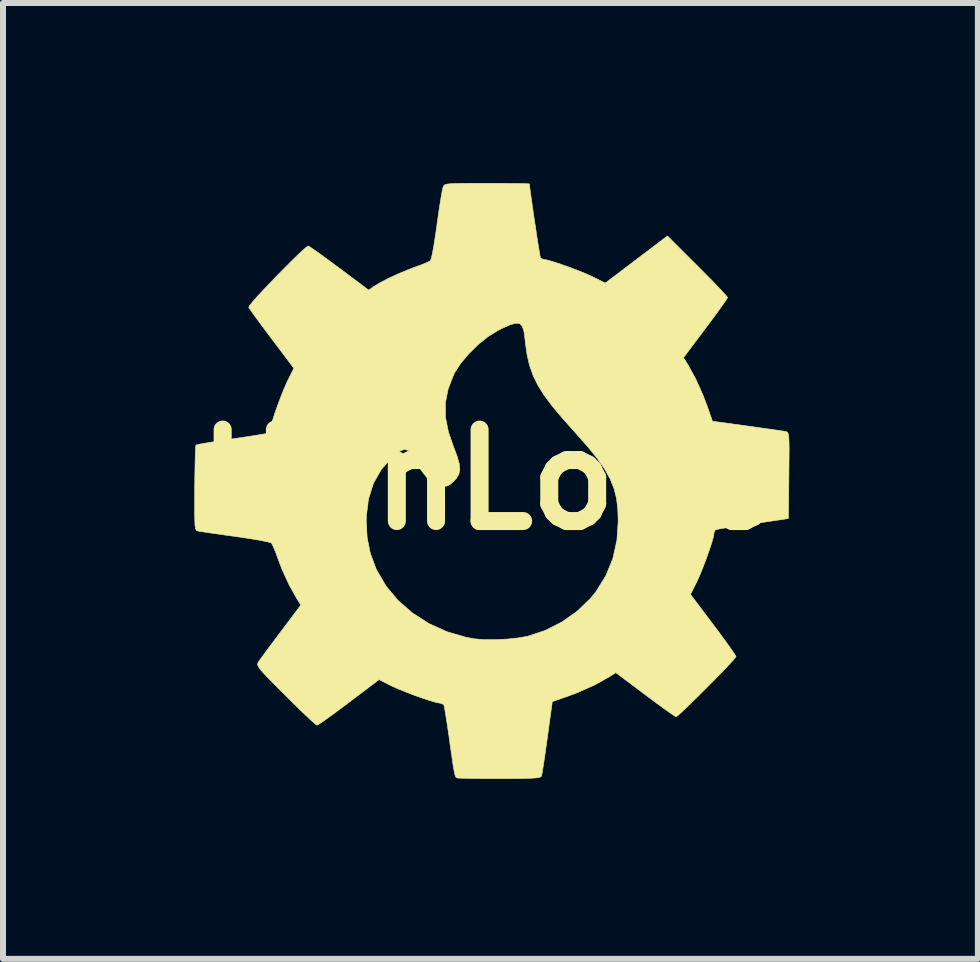
<source format=kicad_pcb>
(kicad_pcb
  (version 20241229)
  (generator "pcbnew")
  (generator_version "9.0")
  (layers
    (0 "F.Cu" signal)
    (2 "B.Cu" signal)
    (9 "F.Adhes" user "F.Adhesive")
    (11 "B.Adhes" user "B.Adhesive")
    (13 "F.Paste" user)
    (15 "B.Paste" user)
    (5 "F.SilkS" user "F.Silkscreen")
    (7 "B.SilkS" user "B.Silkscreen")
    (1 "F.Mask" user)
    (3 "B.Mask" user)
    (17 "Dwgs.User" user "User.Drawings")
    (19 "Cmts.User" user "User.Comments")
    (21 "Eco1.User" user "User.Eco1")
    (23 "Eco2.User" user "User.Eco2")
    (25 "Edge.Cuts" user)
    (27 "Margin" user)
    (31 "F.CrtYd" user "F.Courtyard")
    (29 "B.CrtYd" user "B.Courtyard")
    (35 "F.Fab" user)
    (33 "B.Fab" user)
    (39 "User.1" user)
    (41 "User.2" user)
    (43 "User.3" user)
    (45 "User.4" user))
  (footprint "HenLogo"
    (layer "F.Cu")
    (at 5.124 4.944)
    (property "Reference" "HenLogo" (at 0 0 0) (layer "F.SilkS") (effects (font (size 1.524 1.524) (thickness 0.3))))
    (attr through_hole)
    (fp_poly (pts (xy 0.136 -4.938) (xy 0.309 -4.937) (xy 0.454 -4.936) (xy 0.564 -4.933) (xy 0.631 -4.931) (xy 0.649 -4.928) (xy 0.653 -4.886) (xy 0.664 -4.8) (xy 0.681 -4.68) (xy 0.701 -4.536) (xy 0.724 -4.378) (xy 0.749 -4.216) (xy 0.772 -4.06) (xy 0.794 -3.92) (xy 0.813 -3.806) (xy 0.826 -3.728) (xy 0.833 -3.696) (xy 0.833 -3.696) (xy 0.873 -3.672) (xy 0.894 -3.669) (xy 0.952 -3.659) (xy 1.049 -3.631) (xy 1.173 -3.59) (xy 1.312 -3.541) (xy 1.453 -3.488) (xy 1.584 -3.435) (xy 1.692 -3.387) (xy 1.716 -3.375) (xy 1.913 -3.276) (xy 2.431 -3.669) (xy 2.949 -4.062) (xy 3.45 -3.562) (xy 3.587 -3.424) (xy 3.71 -3.299) (xy 3.813 -3.192) (xy 3.891 -3.108) (xy 3.939 -3.054) (xy 3.951 -3.036) (xy 3.935 -3.007) (xy 3.889 -2.94) (xy 3.819 -2.841) (xy 3.73 -2.719) (xy 3.626 -2.579) (xy 3.583 -2.522) (xy 3.216 -2.033) (xy 3.284 -1.926) (xy 3.421 -1.679) (xy 3.548 -1.394) (xy 3.611 -1.226) (xy 3.699 -0.974) (xy 4.284 -0.894) (xy 4.462 -0.869) (xy 4.624 -0.846) (xy 4.76 -0.827) (xy 4.862 -0.812) (xy 4.918 -0.802) (xy 4.925 -0.801) (xy 4.942 -0.795) (xy 4.955 -0.782) (xy 4.965 -0.755) (xy 4.971 -0.708) (xy 4.975 -0.633) (xy 4.977 -0.526) (xy 4.976 -0.378) (xy 4.974 -0.183) (xy 4.973 -0.07) (xy 4.965 0.647) (xy 4.874 0.662) (xy 4.817 0.67) (xy 4.716 0.685) (xy 4.58 0.705) (xy 4.421 0.728) (xy 4.278 0.749) (xy 4.115 0.772) (xy 3.971 0.795) (xy 3.856 0.813) (xy 3.779 0.828) (xy 3.749 0.835) (xy 3.728 0.873) (xy 3.725 0.894) (xy 3.715 0.952) (xy 3.688 1.049) (xy 3.647 1.173) (xy 3.598 1.312) (xy 3.545 1.452) (xy 3.492 1.583) (xy 3.444 1.691) (xy 3.432 1.715) (xy 3.333 1.912) (xy 3.713 2.416) (xy 3.823 2.563) (xy 3.92 2.696) (xy 4 2.807) (xy 4.058 2.891) (xy 4.089 2.94) (xy 4.092 2.949) (xy 4.073 2.976) (xy 4.02 3.036) (xy 3.94 3.122) (xy 3.839 3.227) (xy 3.724 3.344) (xy 3.602 3.467) (xy 3.48 3.589) (xy 3.363 3.704) (xy 3.26 3.804) (xy 3.176 3.883) (xy 3.118 3.934) (xy 3.093 3.951) (xy 3.064 3.935) (xy 2.997 3.889) (xy 2.899 3.82) (xy 2.777 3.731) (xy 2.637 3.627) (xy 2.579 3.584) (xy 2.089 3.216) (xy 1.982 3.284) (xy 1.737 3.421) (xy 1.454 3.547) (xy 1.283 3.611) (xy 1.03 3.699) (xy 0.948 4.298) (xy 0.923 4.477) (xy 0.9 4.639) (xy 0.879 4.775) (xy 0.863 4.875) (xy 0.852 4.932) (xy 0.85 4.939) (xy 0.837 4.953) (xy 0.807 4.963) (xy 0.753 4.971) (xy 0.669 4.976) (xy 0.548 4.979) (xy 0.384 4.981) (xy 0.169 4.981) (xy 0.168 4.981) (xy -0.022 4.981) (xy -0.195 4.98) (xy -0.343 4.978) (xy -0.456 4.976) (xy -0.526 4.974) (xy -0.544 4.972) (xy -0.56 4.969) (xy -0.573 4.962) (xy -0.584 4.943) (xy -0.595 4.908) (xy -0.607 4.849) (xy -0.622 4.759) (xy -0.641 4.631) (xy -0.666 4.46) (xy -0.691 4.28) (xy -0.715 4.117) (xy -0.737 3.973) (xy -0.756 3.858) (xy -0.77 3.78) (xy -0.778 3.751) (xy -0.817 3.728) (xy -0.838 3.725) (xy -0.895 3.715) (xy -0.992 3.687) (xy -1.117 3.647) (xy -1.256 3.598) (xy -1.397 3.544) (xy -1.527 3.492) (xy -1.635 3.444) (xy -1.66 3.432) (xy -1.857 3.332) (xy -2.359 3.712) (xy -2.506 3.822) (xy -2.639 3.92) (xy -2.75 4) (xy -2.834 4.058) (xy -2.883 4.089) (xy -2.892 4.092) (xy -2.919 4.073) (xy -2.98 4.019) (xy -3.07 3.936) (xy -3.182 3.828) (xy -3.31 3.703) (xy -3.415 3.598) (xy -3.568 3.445) (xy -3.685 3.326) (xy -3.77 3.237) (xy -3.828 3.172) (xy -3.863 3.125) (xy -3.879 3.092) (xy -3.881 3.068) (xy -3.872 3.046) (xy -3.869 3.041) (xy -3.84 2.999) (xy -3.783 2.921) (xy -3.704 2.813) (xy -3.608 2.685) (xy -3.503 2.545) (xy -3.494 2.533) (xy -3.16 2.089) (xy -3.228 1.982) (xy -3.356 1.753) (xy -3.474 1.494) (xy -3.543 1.312) (xy -3.582 1.205) (xy -3.619 1.117) (xy -3.646 1.063) (xy -3.652 1.055) (xy -3.688 1.042) (xy -3.772 1.024) (xy -3.893 1.001) (xy -4.044 0.977) (xy -4.214 0.952) (xy -4.247 0.947) (xy -4.423 0.923) (xy -4.583 0.9) (xy -4.716 0.881) (xy -4.815 0.866) (xy -4.868 0.857) (xy -4.872 0.856) (xy -4.891 0.85) (xy -4.905 0.839) (xy -4.915 0.814) (xy -4.923 0.77) (xy -4.927 0.7) (xy -4.927 0.691) (xy -2.071 0.691) (xy -2.055 0.97) (xy -2.004 1.223) (xy -1.913 1.47) (xy -1.894 1.51) (xy -1.739 1.775) (xy -1.538 2.015) (xy -1.297 2.224) (xy -1.022 2.4) (xy -0.72 2.536) (xy -0.398 2.629) (xy -0.268 2.652) (xy -0.113 2.666) (xy 0.076 2.667) (xy 0.276 2.657) (xy 0.466 2.637) (xy 0.614 2.611) (xy 0.91 2.514) (xy 1.192 2.371) (xy 1.449 2.189) (xy 1.67 1.975) (xy 1.757 1.868) (xy 1.923 1.601) (xy 2.039 1.317) (xy 2.107 1.011) (xy 2.129 0.691) (xy 2.122 0.492) (xy 2.101 0.314) (xy 2.059 0.147) (xy 1.994 -0.014) (xy 1.902 -0.179) (xy 1.778 -0.356) (xy 1.619 -0.552) (xy 1.421 -0.776) (xy 1.403 -0.796) (xy 1.197 -1.027) (xy 1.028 -1.228) (xy 0.894 -1.408) (xy 0.79 -1.574) (xy 0.711 -1.735) (xy 0.653 -1.898) (xy 0.612 -2.072) (xy 0.584 -2.263) (xy 0.576 -2.337) (xy 0.559 -2.467) (xy 0.532 -2.554) (xy 0.489 -2.601) (xy 0.421 -2.608) (xy 0.323 -2.58) (xy 0.186 -2.518) (xy 0.127 -2.488) (xy -0.037 -2.387) (xy -0.205 -2.252) (xy -0.363 -2.097) (xy -0.499 -1.934) (xy -0.6 -1.779) (xy -0.614 -1.75) (xy -0.706 -1.51) (xy -0.752 -1.277) (xy -0.75 -1.041) (xy -0.701 -0.793) (xy -0.62 -0.56) (xy -0.557 -0.393) (xy -0.521 -0.266) (xy -0.511 -0.169) (xy -0.527 -0.091) (xy -0.569 -0.021) (xy -0.608 0.021) (xy -0.673 0.08) (xy -0.726 0.107) (xy -0.791 0.108) (xy -0.824 0.104) (xy -0.94 0.065) (xy -1.051 -0.023) (xy -1.159 -0.163) (xy -1.239 -0.302) (xy -1.309 -0.421) (xy -1.371 -0.488) (xy -1.436 -0.505) (xy -1.514 -0.474) (xy -1.613 -0.396) (xy -1.642 -0.37) (xy -1.819 -0.171) (xy -1.95 0.059) (xy -2.033 0.321) (xy -2.069 0.612) (xy -2.071 0.691) (xy -4.927 0.691) (xy -4.929 0.597) (xy -4.93 0.454) (xy -4.929 0.265) (xy -4.929 0.141) (xy -4.927 -0.052) (xy -4.924 -0.226) (xy -4.92 -0.374) (xy -4.916 -0.487) (xy -4.911 -0.557) (xy -4.908 -0.577) (xy -4.876 -0.586) (xy -4.797 -0.601) (xy -4.678 -0.621) (xy -4.53 -0.645) (xy -4.359 -0.671) (xy -4.304 -0.679) (xy -4.128 -0.705) (xy -3.971 -0.729) (xy -3.841 -0.75) (xy -3.747 -0.766) (xy -3.698 -0.777) (xy -3.693 -0.778) (xy -3.671 -0.817) (xy -3.669 -0.838) (xy -3.659 -0.895) (xy -3.631 -0.992) (xy -3.59 -1.117) (xy -3.541 -1.255) (xy -3.488 -1.396) (xy -3.435 -1.527) (xy -3.387 -1.635) (xy -3.375 -1.66) (xy -3.276 -1.857) (xy -3.645 -2.346) (xy -3.755 -2.492) (xy -3.852 -2.624) (xy -3.934 -2.735) (xy -3.993 -2.819) (xy -4.025 -2.867) (xy -4.029 -2.874) (xy -4.014 -2.902) (xy -3.964 -2.963) (xy -3.888 -3.05) (xy -3.79 -3.156) (xy -3.678 -3.274) (xy -3.558 -3.399) (xy -3.437 -3.522) (xy -3.32 -3.639) (xy -3.216 -3.741) (xy -3.13 -3.822) (xy -3.068 -3.875) (xy -3.038 -3.895) (xy -3.009 -3.878) (xy -2.942 -3.833) (xy -2.843 -3.763) (xy -2.721 -3.674) (xy -2.581 -3.571) (xy -2.521 -3.527) (xy -2.03 -3.159) (xy -1.953 -3.213) (xy -1.847 -3.278) (xy -1.704 -3.353) (xy -1.54 -3.429) (xy -1.373 -3.499) (xy -1.256 -3.543) (xy -1.148 -3.582) (xy -1.06 -3.619) (xy -1.006 -3.646) (xy -0.999 -3.652) (xy -0.986 -3.688) (xy -0.967 -3.772) (xy -0.945 -3.893) (xy -0.921 -4.044) (xy -0.896 -4.215) (xy -0.892 -4.247) (xy -0.867 -4.423) (xy -0.843 -4.584) (xy -0.821 -4.718) (xy -0.803 -4.817) (xy -0.791 -4.872) (xy -0.789 -4.875) (xy -0.78 -4.895) (xy -0.766 -4.91) (xy -0.741 -4.921) (xy -0.698 -4.929) (xy -0.629 -4.934) (xy -0.529 -4.937) (xy -0.39 -4.938) (xy -0.206 -4.939) (xy -0.057 -4.939) (xy 0.136 -4.938)) (stroke (width 0.01) (type solid)) (fill yes) (layer "F.SilkS")))
  (gr_rect
    (start -3 -3)
    (end 13.247 12.93)
    (stroke (width 0.1) (type default))
    (fill no)
    (layer "Edge.Cuts")))
</source>
